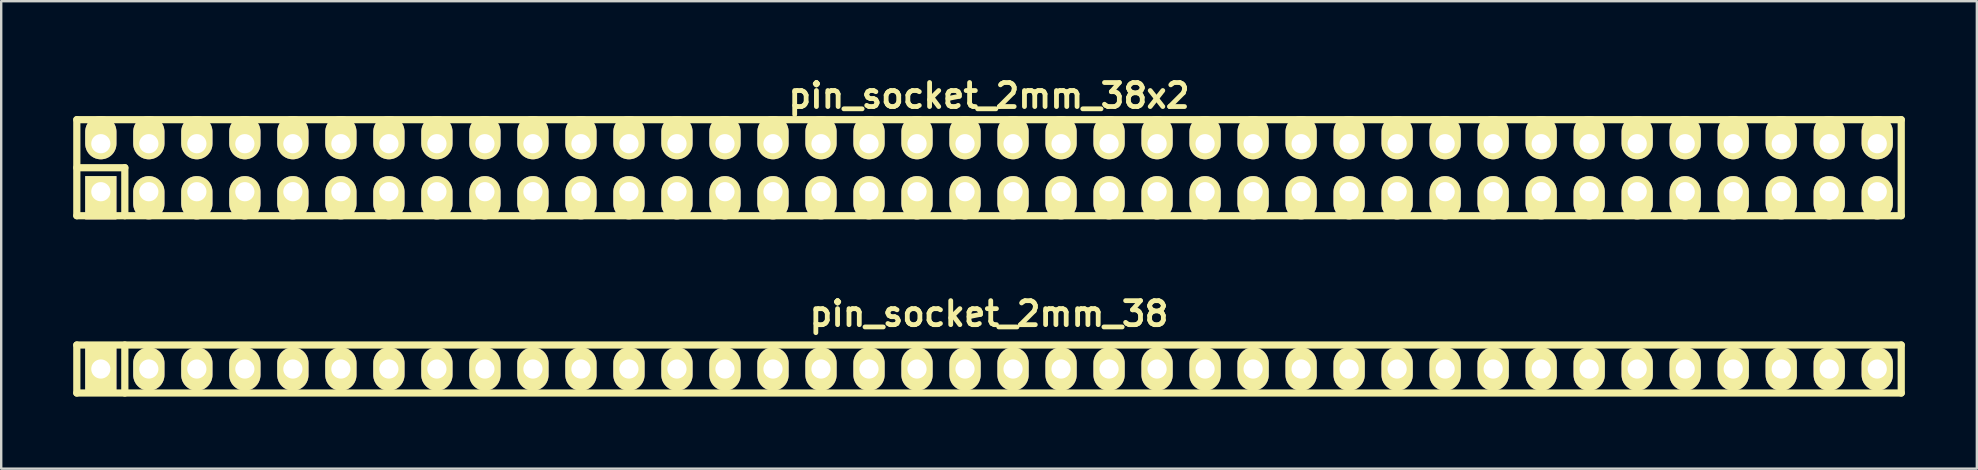
<source format=kicad_pcb>
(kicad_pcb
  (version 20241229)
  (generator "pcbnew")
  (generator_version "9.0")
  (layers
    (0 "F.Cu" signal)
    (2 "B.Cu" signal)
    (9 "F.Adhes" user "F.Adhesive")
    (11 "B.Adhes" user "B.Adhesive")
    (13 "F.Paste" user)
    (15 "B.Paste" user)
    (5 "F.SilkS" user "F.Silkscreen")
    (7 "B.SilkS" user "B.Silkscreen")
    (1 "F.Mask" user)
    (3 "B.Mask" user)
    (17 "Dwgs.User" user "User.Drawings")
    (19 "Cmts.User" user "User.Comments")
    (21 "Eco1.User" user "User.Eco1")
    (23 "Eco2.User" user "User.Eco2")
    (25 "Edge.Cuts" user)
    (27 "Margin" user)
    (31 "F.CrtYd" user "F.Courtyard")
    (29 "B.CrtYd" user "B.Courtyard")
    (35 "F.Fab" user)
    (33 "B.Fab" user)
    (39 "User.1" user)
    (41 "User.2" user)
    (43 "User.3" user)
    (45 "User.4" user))
  (footprint "pin_socket_2mm_38"
    (layer "F.Cu")
    (at 38.15 12.322)
    (property "Reference" "pin_socket_2mm_38" (at 0 -2.3 0) (layer "F.SilkS") (effects (font (size 1 1) (thickness 0.2))))
    (attr through_hole)
    (fp_line (start -38 -1) (end 38 -1) (stroke (width 0.3) (type solid)) (layer "F.SilkS"))
    (fp_line (start -38 1) (end -38 -1) (stroke (width 0.3) (type solid)) (layer "F.SilkS"))
    (fp_line (start -36 -1) (end -36 1) (stroke (width 0.3) (type solid)) (layer "F.SilkS"))
    (fp_line (start 38 -1) (end 38 1) (stroke (width 0.3) (type solid)) (layer "F.SilkS"))
    (fp_line (start 38 1) (end -38 1) (stroke (width 0.3) (type solid)) (layer "F.SilkS"))
    (pad "1" thru_hole rect (at -37 0) (size 1.3 1.8) (drill 0.8) (layers "*.Cu" "*.Mask" "F.SilkS"))
    (pad "2" thru_hole oval (at -35 0) (size 1.3 1.8) (drill 0.8) (layers "*.Cu" "*.Mask" "F.SilkS"))
    (pad "3" thru_hole oval (at -33 0) (size 1.3 1.8) (drill 0.8) (layers "*.Cu" "*.Mask" "F.SilkS"))
    (pad "4" thru_hole oval (at -31 0) (size 1.3 1.8) (drill 0.8) (layers "*.Cu" "*.Mask" "F.SilkS"))
    (pad "5" thru_hole oval (at -29 0) (size 1.3 1.8) (drill 0.8) (layers "*.Cu" "*.Mask" "F.SilkS"))
    (pad "6" thru_hole oval (at -27 0) (size 1.3 1.8) (drill 0.8) (layers "*.Cu" "*.Mask" "F.SilkS"))
    (pad "7" thru_hole oval (at -25 0) (size 1.3 1.8) (drill 0.8) (layers "*.Cu" "*.Mask" "F.SilkS"))
    (pad "8" thru_hole oval (at -23 0) (size 1.3 1.8) (drill 0.8) (layers "*.Cu" "*.Mask" "F.SilkS"))
    (pad "9" thru_hole oval (at -21 0) (size 1.3 1.8) (drill 0.8) (layers "*.Cu" "*.Mask" "F.SilkS"))
    (pad "10" thru_hole oval (at -19 0) (size 1.3 1.8) (drill 0.8) (layers "*.Cu" "*.Mask" "F.SilkS"))
    (pad "11" thru_hole oval (at -17 0) (size 1.3 1.8) (drill 0.8) (layers "*.Cu" "*.Mask" "F.SilkS"))
    (pad "12" thru_hole oval (at -15 0) (size 1.3 1.8) (drill 0.8) (layers "*.Cu" "*.Mask" "F.SilkS"))
    (pad "13" thru_hole oval (at -13 0) (size 1.3 1.8) (drill 0.8) (layers "*.Cu" "*.Mask" "F.SilkS"))
    (pad "14" thru_hole oval (at -11 0) (size 1.3 1.8) (drill 0.8) (layers "*.Cu" "*.Mask" "F.SilkS"))
    (pad "15" thru_hole oval (at -9 0) (size 1.3 1.8) (drill 0.8) (layers "*.Cu" "*.Mask" "F.SilkS"))
    (pad "16" thru_hole oval (at -7 0) (size 1.3 1.8) (drill 0.8) (layers "*.Cu" "*.Mask" "F.SilkS"))
    (pad "17" thru_hole oval (at -5 0) (size 1.3 1.8) (drill 0.8) (layers "*.Cu" "*.Mask" "F.SilkS"))
    (pad "18" thru_hole oval (at -3 0) (size 1.3 1.8) (drill 0.8) (layers "*.Cu" "*.Mask" "F.SilkS"))
    (pad "19" thru_hole oval (at -1 0) (size 1.3 1.8) (drill 0.8) (layers "*.Cu" "*.Mask" "F.SilkS"))
    (pad "20" thru_hole oval (at 1 0) (size 1.3 1.8) (drill 0.8) (layers "*.Cu" "*.Mask" "F.SilkS"))
    (pad "21" thru_hole oval (at 3 0) (size 1.3 1.8) (drill 0.8) (layers "*.Cu" "*.Mask" "F.SilkS"))
    (pad "22" thru_hole oval (at 5 0) (size 1.3 1.8) (drill 0.8) (layers "*.Cu" "*.Mask" "F.SilkS"))
    (pad "23" thru_hole oval (at 7 0) (size 1.3 1.8) (drill 0.8) (layers "*.Cu" "*.Mask" "F.SilkS"))
    (pad "24" thru_hole oval (at 9 0) (size 1.3 1.8) (drill 0.8) (layers "*.Cu" "*.Mask" "F.SilkS"))
    (pad "25" thru_hole oval (at 11 0) (size 1.3 1.8) (drill 0.8) (layers "*.Cu" "*.Mask" "F.SilkS"))
    (pad "26" thru_hole oval (at 13 0) (size 1.3 1.8) (drill 0.8) (layers "*.Cu" "*.Mask" "F.SilkS"))
    (pad "27" thru_hole oval (at 15 0) (size 1.3 1.8) (drill 0.8) (layers "*.Cu" "*.Mask" "F.SilkS"))
    (pad "28" thru_hole oval (at 17 0) (size 1.3 1.8) (drill 0.8) (layers "*.Cu" "*.Mask" "F.SilkS"))
    (pad "29" thru_hole oval (at 19 0) (size 1.3 1.8) (drill 0.8) (layers "*.Cu" "*.Mask" "F.SilkS"))
    (pad "30" thru_hole oval (at 21 0) (size 1.3 1.8) (drill 0.8) (layers "*.Cu" "*.Mask" "F.SilkS"))
    (pad "31" thru_hole oval (at 23 0) (size 1.3 1.8) (drill 0.8) (layers "*.Cu" "*.Mask" "F.SilkS"))
    (pad "32" thru_hole oval (at 25 0) (size 1.3 1.8) (drill 0.8) (layers "*.Cu" "*.Mask" "F.SilkS"))
    (pad "33" thru_hole oval (at 27 0) (size 1.3 1.8) (drill 0.8) (layers "*.Cu" "*.Mask" "F.SilkS"))
    (pad "34" thru_hole oval (at 29 0) (size 1.3 1.8) (drill 0.8) (layers "*.Cu" "*.Mask" "F.SilkS"))
    (pad "35" thru_hole oval (at 31 0) (size 1.3 1.8) (drill 0.8) (layers "*.Cu" "*.Mask" "F.SilkS"))
    (pad "36" thru_hole oval (at 33 0) (size 1.3 1.8) (drill 0.8) (layers "*.Cu" "*.Mask" "F.SilkS"))
    (pad "37" thru_hole oval (at 35 0) (size 1.3 1.8) (drill 0.8) (layers "*.Cu" "*.Mask" "F.SilkS"))
    (pad "38" thru_hole oval (at 37 0) (size 1.3 1.8) (drill 0.8) (layers "*.Cu" "*.Mask" "F.SilkS")))
  (footprint "pin_socket_2mm_38x2"
    (layer "F.Cu")
    (at 38.15 3.936)
    (property "Reference" "pin_socket_2mm_38x2" (at 0 -3 0) (layer "F.SilkS") (effects (font (size 1 1) (thickness 0.2))))
    (attr through_hole)
    (fp_line (start -38 -2) (end 38 -2) (stroke (width 0.3) (type solid)) (layer "F.SilkS"))
    (fp_line (start -38 0) (end -36 0) (stroke (width 0.3) (type solid)) (layer "F.SilkS"))
    (fp_line (start -38 2) (end -38 -2) (stroke (width 0.3) (type solid)) (layer "F.SilkS"))
    (fp_line (start -36 0) (end -36 2) (stroke (width 0.3) (type solid)) (layer "F.SilkS"))
    (fp_line (start 38 -2) (end 38 2) (stroke (width 0.3) (type solid)) (layer "F.SilkS"))
    (fp_line (start 38 2) (end -38 2) (stroke (width 0.3) (type solid)) (layer "F.SilkS"))
    (pad "1" thru_hole rect (at -37 1) (size 1.3 1.8) (drill 0.8 (offset 0 0.25)) (layers "*.Cu" "*.Mask" "F.SilkS"))
    (pad "2" thru_hole oval (at -37 -1) (size 1.3 1.8) (drill 0.8 (offset 0 -0.25)) (layers "*.Cu" "*.Mask" "F.SilkS"))
    (pad "3" thru_hole oval (at -35 1) (size 1.3 1.8) (drill 0.8 (offset 0 0.25)) (layers "*.Cu" "*.Mask" "F.SilkS"))
    (pad "4" thru_hole oval (at -35 -1) (size 1.3 1.8) (drill 0.8 (offset 0 -0.25)) (layers "*.Cu" "*.Mask" "F.SilkS"))
    (pad "5" thru_hole oval (at -33 1) (size 1.3 1.8) (drill 0.8 (offset 0 0.25)) (layers "*.Cu" "*.Mask" "F.SilkS"))
    (pad "6" thru_hole oval (at -33 -1) (size 1.3 1.8) (drill 0.8 (offset 0 -0.25)) (layers "*.Cu" "*.Mask" "F.SilkS"))
    (pad "7" thru_hole oval (at -31 1) (size 1.3 1.8) (drill 0.8 (offset 0 0.25)) (layers "*.Cu" "*.Mask" "F.SilkS"))
    (pad "8" thru_hole oval (at -31 -1) (size 1.3 1.8) (drill 0.8 (offset 0 -0.25)) (layers "*.Cu" "*.Mask" "F.SilkS"))
    (pad "9" thru_hole oval (at -29 1) (size 1.3 1.8) (drill 0.8 (offset 0 0.25)) (layers "*.Cu" "*.Mask" "F.SilkS"))
    (pad "10" thru_hole oval (at -29 -1) (size 1.3 1.8) (drill 0.8 (offset 0 -0.25)) (layers "*.Cu" "*.Mask" "F.SilkS"))
    (pad "11" thru_hole oval (at -27 1) (size 1.3 1.8) (drill 0.8 (offset 0 0.25)) (layers "*.Cu" "*.Mask" "F.SilkS"))
    (pad "12" thru_hole oval (at -27 -1) (size 1.3 1.8) (drill 0.8 (offset 0 -0.25)) (layers "*.Cu" "*.Mask" "F.SilkS"))
    (pad "13" thru_hole oval (at -25 1) (size 1.3 1.8) (drill 0.8 (offset 0 0.25)) (layers "*.Cu" "*.Mask" "F.SilkS"))
    (pad "14" thru_hole oval (at -25 -1) (size 1.3 1.8) (drill 0.8 (offset 0 -0.25)) (layers "*.Cu" "*.Mask" "F.SilkS"))
    (pad "15" thru_hole oval (at -23 1) (size 1.3 1.8) (drill 0.8 (offset 0 0.25)) (layers "*.Cu" "*.Mask" "F.SilkS"))
    (pad "16" thru_hole oval (at -23 -1) (size 1.3 1.8) (drill 0.8 (offset 0 -0.25)) (layers "*.Cu" "*.Mask" "F.SilkS"))
    (pad "17" thru_hole oval (at -21 1) (size 1.3 1.8) (drill 0.8 (offset 0 0.25)) (layers "*.Cu" "*.Mask" "F.SilkS"))
    (pad "18" thru_hole oval (at -21 -1) (size 1.3 1.8) (drill 0.8 (offset 0 -0.25)) (layers "*.Cu" "*.Mask" "F.SilkS"))
    (pad "19" thru_hole oval (at -19 1) (size 1.3 1.8) (drill 0.8 (offset 0 0.25)) (layers "*.Cu" "*.Mask" "F.SilkS"))
    (pad "20" thru_hole oval (at -19 -1) (size 1.3 1.8) (drill 0.8 (offset 0 -0.25)) (layers "*.Cu" "*.Mask" "F.SilkS"))
    (pad "21" thru_hole oval (at -17 1) (size 1.3 1.8) (drill 0.8 (offset 0 0.25)) (layers "*.Cu" "*.Mask" "F.SilkS"))
    (pad "22" thru_hole oval (at -17 -1) (size 1.3 1.8) (drill 0.8 (offset 0 -0.25)) (layers "*.Cu" "*.Mask" "F.SilkS"))
    (pad "23" thru_hole oval (at -15 1) (size 1.3 1.8) (drill 0.8 (offset 0 0.25)) (layers "*.Cu" "*.Mask" "F.SilkS"))
    (pad "24" thru_hole oval (at -15 -1) (size 1.3 1.8) (drill 0.8 (offset 0 -0.25)) (layers "*.Cu" "*.Mask" "F.SilkS"))
    (pad "25" thru_hole oval (at -13 1) (size 1.3 1.8) (drill 0.8 (offset 0 0.25)) (layers "*.Cu" "*.Mask" "F.SilkS"))
    (pad "26" thru_hole oval (at -13 -1) (size 1.3 1.8) (drill 0.8 (offset 0 -0.25)) (layers "*.Cu" "*.Mask" "F.SilkS"))
    (pad "27" thru_hole oval (at -11 1) (size 1.3 1.8) (drill 0.8 (offset 0 0.25)) (layers "*.Cu" "*.Mask" "F.SilkS"))
    (pad "28" thru_hole oval (at -11 -1) (size 1.3 1.8) (drill 0.8 (offset 0 -0.25)) (layers "*.Cu" "*.Mask" "F.SilkS"))
    (pad "29" thru_hole oval (at -9 1) (size 1.3 1.8) (drill 0.8 (offset 0 0.25)) (layers "*.Cu" "*.Mask" "F.SilkS"))
    (pad "30" thru_hole oval (at -9 -1) (size 1.3 1.8) (drill 0.8 (offset 0 -0.25)) (layers "*.Cu" "*.Mask" "F.SilkS"))
    (pad "31" thru_hole oval (at -7 1) (size 1.3 1.8) (drill 0.8 (offset 0 0.25)) (layers "*.Cu" "*.Mask" "F.SilkS"))
    (pad "32" thru_hole oval (at -7 -1) (size 1.3 1.8) (drill 0.8 (offset 0 -0.25)) (layers "*.Cu" "*.Mask" "F.SilkS"))
    (pad "33" thru_hole oval (at -5 1) (size 1.3 1.8) (drill 0.8 (offset 0 0.25)) (layers "*.Cu" "*.Mask" "F.SilkS"))
    (pad "34" thru_hole oval (at -5 -1) (size 1.3 1.8) (drill 0.8 (offset 0 -0.25)) (layers "*.Cu" "*.Mask" "F.SilkS"))
    (pad "35" thru_hole oval (at -3 1) (size 1.3 1.8) (drill 0.8 (offset 0 0.25)) (layers "*.Cu" "*.Mask" "F.SilkS"))
    (pad "36" thru_hole oval (at -3 -1) (size 1.3 1.8) (drill 0.8 (offset 0 -0.25)) (layers "*.Cu" "*.Mask" "F.SilkS"))
    (pad "37" thru_hole oval (at -1 1) (size 1.3 1.8) (drill 0.8 (offset 0 0.25)) (layers "*.Cu" "*.Mask" "F.SilkS"))
    (pad "38" thru_hole oval (at -1 -1) (size 1.3 1.8) (drill 0.8 (offset 0 -0.25)) (layers "*.Cu" "*.Mask" "F.SilkS"))
    (pad "39" thru_hole oval (at 1 1) (size 1.3 1.8) (drill 0.8 (offset 0 0.25)) (layers "*.Cu" "*.Mask" "F.SilkS"))
    (pad "40" thru_hole oval (at 1 -1) (size 1.3 1.8) (drill 0.8 (offset 0 -0.25)) (layers "*.Cu" "*.Mask" "F.SilkS"))
    (pad "41" thru_hole oval (at 3 1) (size 1.3 1.8) (drill 0.8 (offset 0 0.25)) (layers "*.Cu" "*.Mask" "F.SilkS"))
    (pad "42" thru_hole oval (at 3 -1) (size 1.3 1.8) (drill 0.8 (offset 0 -0.25)) (layers "*.Cu" "*.Mask" "F.SilkS"))
    (pad "43" thru_hole oval (at 5 1) (size 1.3 1.8) (drill 0.8 (offset 0 0.25)) (layers "*.Cu" "*.Mask" "F.SilkS"))
    (pad "44" thru_hole oval (at 5 -1) (size 1.3 1.8) (drill 0.8 (offset 0 -0.25)) (layers "*.Cu" "*.Mask" "F.SilkS"))
    (pad "45" thru_hole oval (at 7 1) (size 1.3 1.8) (drill 0.8 (offset 0 0.25)) (layers "*.Cu" "*.Mask" "F.SilkS"))
    (pad "46" thru_hole oval (at 7 -1) (size 1.3 1.8) (drill 0.8 (offset 0 -0.25)) (layers "*.Cu" "*.Mask" "F.SilkS"))
    (pad "47" thru_hole oval (at 9 1) (size 1.3 1.8) (drill 0.8 (offset 0 0.25)) (layers "*.Cu" "*.Mask" "F.SilkS"))
    (pad "48" thru_hole oval (at 9 -1) (size 1.3 1.8) (drill 0.8 (offset 0 -0.25)) (layers "*.Cu" "*.Mask" "F.SilkS"))
    (pad "49" thru_hole oval (at 11 1) (size 1.3 1.8) (drill 0.8 (offset 0 0.25)) (layers "*.Cu" "*.Mask" "F.SilkS"))
    (pad "50" thru_hole oval (at 11 -1) (size 1.3 1.8) (drill 0.8 (offset 0 -0.25)) (layers "*.Cu" "*.Mask" "F.SilkS"))
    (pad "51" thru_hole oval (at 13 1) (size 1.3 1.8) (drill 0.8 (offset 0 0.25)) (layers "*.Cu" "*.Mask" "F.SilkS"))
    (pad "52" thru_hole oval (at 13 -1) (size 1.3 1.8) (drill 0.8 (offset 0 -0.25)) (layers "*.Cu" "*.Mask" "F.SilkS"))
    (pad "53" thru_hole oval (at 15 1) (size 1.3 1.8) (drill 0.8 (offset 0 0.25)) (layers "*.Cu" "*.Mask" "F.SilkS"))
    (pad "54" thru_hole oval (at 15 -1) (size 1.3 1.8) (drill 0.8 (offset 0 -0.25)) (layers "*.Cu" "*.Mask" "F.SilkS"))
    (pad "55" thru_hole oval (at 17 1) (size 1.3 1.8) (drill 0.8 (offset 0 0.25)) (layers "*.Cu" "*.Mask" "F.SilkS"))
    (pad "56" thru_hole oval (at 17 -1) (size 1.3 1.8) (drill 0.8 (offset 0 -0.25)) (layers "*.Cu" "*.Mask" "F.SilkS"))
    (pad "57" thru_hole oval (at 19 1) (size 1.3 1.8) (drill 0.8 (offset 0 0.25)) (layers "*.Cu" "*.Mask" "F.SilkS"))
    (pad "58" thru_hole oval (at 19 -1) (size 1.3 1.8) (drill 0.8 (offset 0 -0.25)) (layers "*.Cu" "*.Mask" "F.SilkS"))
    (pad "59" thru_hole oval (at 21 1) (size 1.3 1.8) (drill 0.8 (offset 0 0.25)) (layers "*.Cu" "*.Mask" "F.SilkS"))
    (pad "60" thru_hole oval (at 21 -1) (size 1.3 1.8) (drill 0.8 (offset 0 -0.25)) (layers "*.Cu" "*.Mask" "F.SilkS"))
    (pad "61" thru_hole oval (at 23 1) (size 1.3 1.8) (drill 0.8 (offset 0 0.25)) (layers "*.Cu" "*.Mask" "F.SilkS"))
    (pad "62" thru_hole oval (at 23 -1) (size 1.3 1.8) (drill 0.8 (offset 0 -0.25)) (layers "*.Cu" "*.Mask" "F.SilkS"))
    (pad "63" thru_hole oval (at 25 1) (size 1.3 1.8) (drill 0.8 (offset 0 0.25)) (layers "*.Cu" "*.Mask" "F.SilkS"))
    (pad "64" thru_hole oval (at 25 -1) (size 1.3 1.8) (drill 0.8 (offset 0 -0.25)) (layers "*.Cu" "*.Mask" "F.SilkS"))
    (pad "65" thru_hole oval (at 27 1) (size 1.3 1.8) (drill 0.8 (offset 0 0.25)) (layers "*.Cu" "*.Mask" "F.SilkS"))
    (pad "66" thru_hole oval (at 27 -1) (size 1.3 1.8) (drill 0.8 (offset 0 -0.25)) (layers "*.Cu" "*.Mask" "F.SilkS"))
    (pad "67" thru_hole oval (at 29 1) (size 1.3 1.8) (drill 0.8 (offset 0 0.25)) (layers "*.Cu" "*.Mask" "F.SilkS"))
    (pad "68" thru_hole oval (at 29 -1) (size 1.3 1.8) (drill 0.8 (offset 0 -0.25)) (layers "*.Cu" "*.Mask" "F.SilkS"))
    (pad "69" thru_hole oval (at 31 1) (size 1.3 1.8) (drill 0.8 (offset 0 0.25)) (layers "*.Cu" "*.Mask" "F.SilkS"))
    (pad "70" thru_hole oval (at 31 -1) (size 1.3 1.8) (drill 0.8 (offset 0 -0.25)) (layers "*.Cu" "*.Mask" "F.SilkS"))
    (pad "71" thru_hole oval (at 33 1) (size 1.3 1.8) (drill 0.8 (offset 0 0.25)) (layers "*.Cu" "*.Mask" "F.SilkS"))
    (pad "72" thru_hole oval (at 33 -1) (size 1.3 1.8) (drill 0.8 (offset 0 -0.25)) (layers "*.Cu" "*.Mask" "F.SilkS"))
    (pad "73" thru_hole oval (at 35 1) (size 1.3 1.8) (drill 0.8 (offset 0 0.25)) (layers "*.Cu" "*.Mask" "F.SilkS"))
    (pad "74" thru_hole oval (at 35 -1) (size 1.3 1.8) (drill 0.8 (offset 0 -0.25)) (layers "*.Cu" "*.Mask" "F.SilkS"))
    (pad "75" thru_hole oval (at 37 1) (size 1.3 1.8) (drill 0.8 (offset 0 0.25)) (layers "*.Cu" "*.Mask" "F.SilkS"))
    (pad "76" thru_hole oval (at 37 -1) (size 1.3 1.8) (drill 0.8 (offset 0 -0.25)) (layers "*.Cu" "*.Mask" "F.SilkS")))
  (gr_rect
    (start -3 -3)
    (end 79.3 16.472)
    (stroke (width 0.1) (type default))
    (fill no)
    (layer "Edge.Cuts")))
</source>
